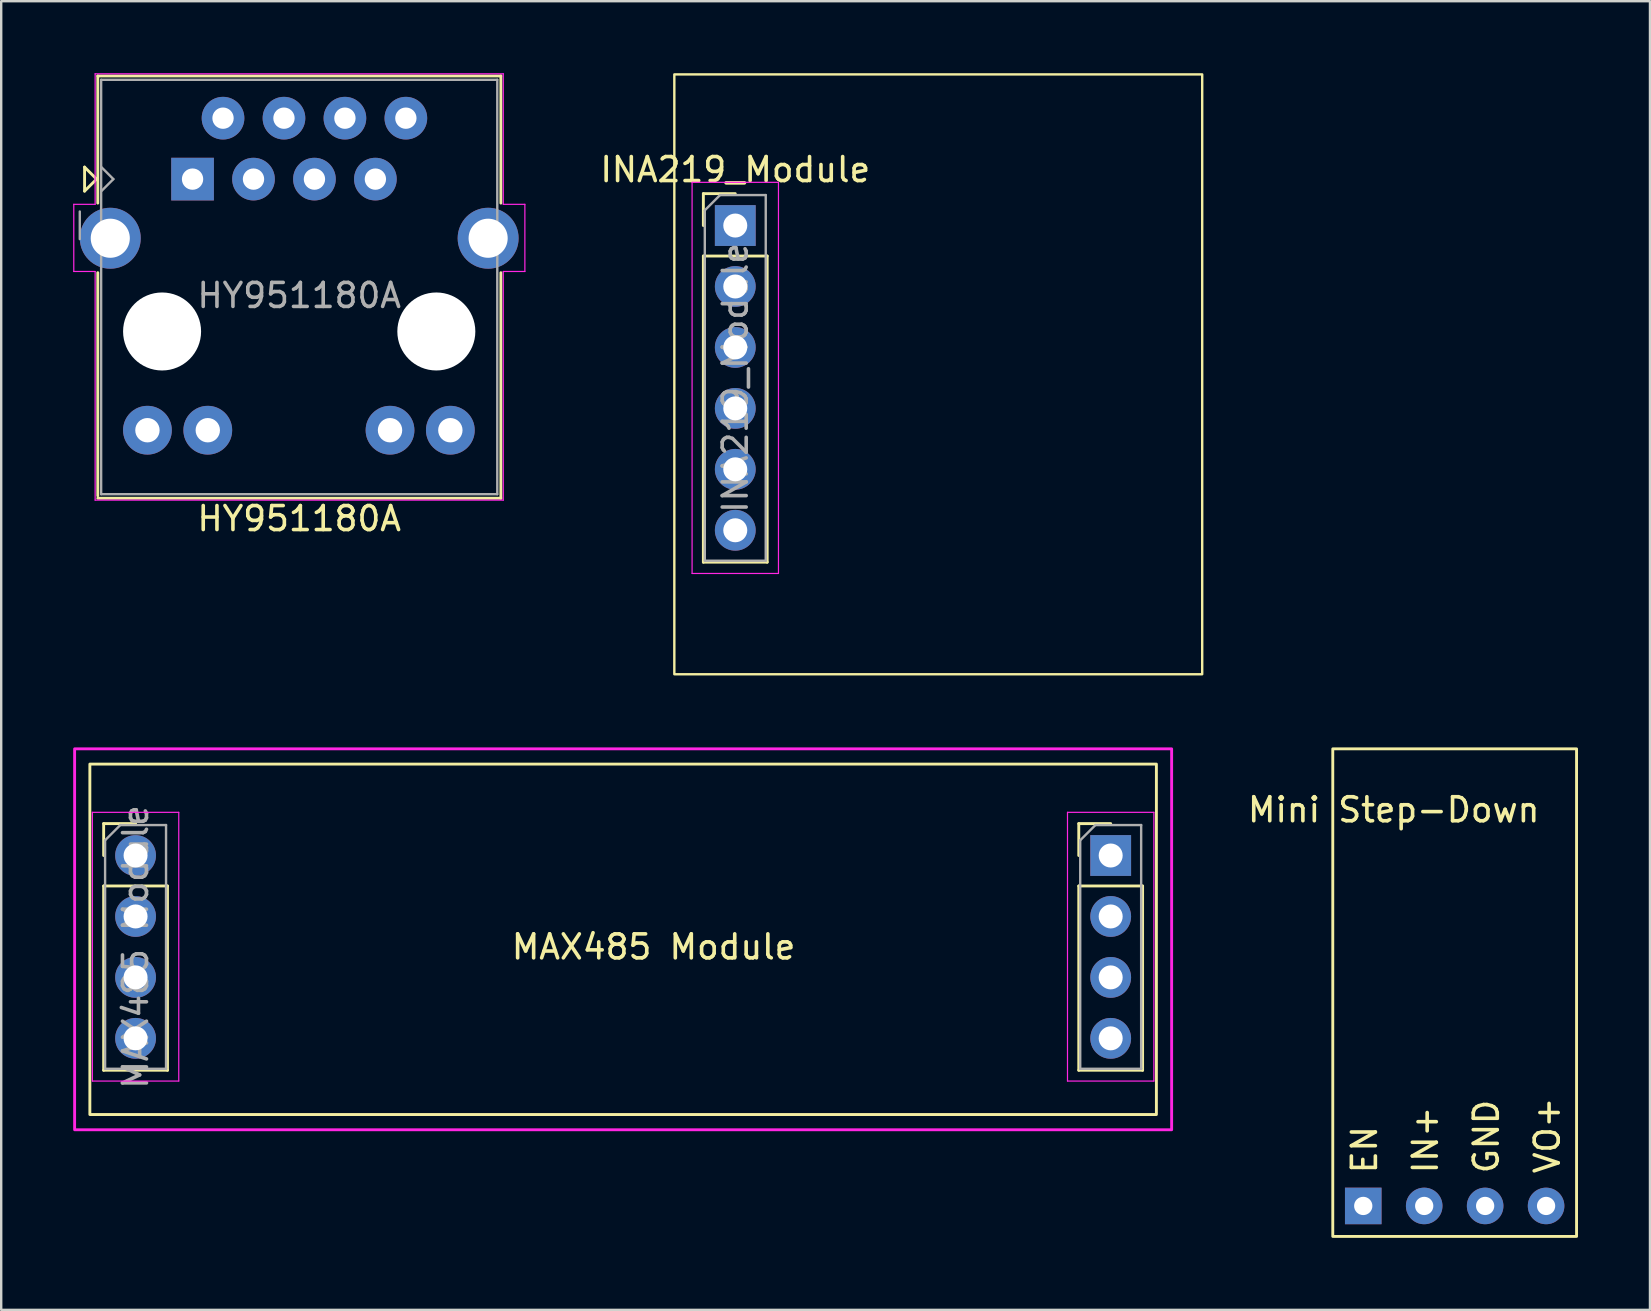
<source format=kicad_pcb>
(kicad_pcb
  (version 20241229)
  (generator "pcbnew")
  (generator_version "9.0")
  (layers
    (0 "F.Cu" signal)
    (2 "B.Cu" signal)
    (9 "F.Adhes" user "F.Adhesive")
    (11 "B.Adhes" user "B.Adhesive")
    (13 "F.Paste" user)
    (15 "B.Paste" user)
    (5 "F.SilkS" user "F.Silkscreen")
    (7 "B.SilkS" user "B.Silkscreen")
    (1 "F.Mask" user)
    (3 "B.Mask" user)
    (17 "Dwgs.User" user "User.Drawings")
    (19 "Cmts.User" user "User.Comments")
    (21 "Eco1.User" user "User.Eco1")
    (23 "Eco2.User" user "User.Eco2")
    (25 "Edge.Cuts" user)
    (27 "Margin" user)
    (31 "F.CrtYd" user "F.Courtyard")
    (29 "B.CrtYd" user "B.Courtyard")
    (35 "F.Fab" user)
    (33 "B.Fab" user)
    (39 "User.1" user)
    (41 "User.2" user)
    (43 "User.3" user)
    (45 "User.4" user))
  (footprint "INA219_Module"
    (layer "F.Cu")
    (at 27.594 6.35)
    (property "Reference" "INA219_Module" (at 0 -2.33 0) (layer "F.SilkS") (effects (font (size 1 1) (thickness 0.15))))
    (attr through_hole)
    (fp_line (start -1.33 -1.33) (end 0 -1.33) (stroke (width 0.12) (type solid)) (layer "F.SilkS"))
    (fp_line (start -1.33 0) (end -1.33 -1.33) (stroke (width 0.12) (type solid)) (layer "F.SilkS"))
    (fp_line (start -1.33 1.27) (end -1.33 14.03) (stroke (width 0.12) (type solid)) (layer "F.SilkS"))
    (fp_line (start -1.33 1.27) (end 1.33 1.27) (stroke (width 0.12) (type solid)) (layer "F.SilkS"))
    (fp_line (start -1.33 14.03) (end 1.33 14.03) (stroke (width 0.12) (type solid)) (layer "F.SilkS"))
    (fp_line (start 1.33 1.27) (end 1.33 14.03) (stroke (width 0.12) (type solid)) (layer "F.SilkS"))
    (fp_rect (start -2.54 -6.3) (end 19.46 18.7) (stroke (width 0.1) (type default)) (fill no) (layer "F.SilkS"))
    (fp_line (start -1.8 -1.8) (end -1.8 14.5) (stroke (width 0.05) (type solid)) (layer "F.CrtYd"))
    (fp_line (start -1.8 14.5) (end 1.8 14.5) (stroke (width 0.05) (type solid)) (layer "F.CrtYd"))
    (fp_line (start 1.8 -1.8) (end -1.8 -1.8) (stroke (width 0.05) (type solid)) (layer "F.CrtYd"))
    (fp_line (start 1.8 14.5) (end 1.8 -1.8) (stroke (width 0.05) (type solid)) (layer "F.CrtYd"))
    (fp_line (start -1.27 -0.635) (end -0.635 -1.27) (stroke (width 0.1) (type solid)) (layer "F.Fab"))
    (fp_line (start -1.27 13.97) (end -1.27 -0.635) (stroke (width 0.1) (type solid)) (layer "F.Fab"))
    (fp_line (start -0.635 -1.27) (end 1.27 -1.27) (stroke (width 0.1) (type solid)) (layer "F.Fab"))
    (fp_line (start 1.27 -1.27) (end 1.27 13.97) (stroke (width 0.1) (type solid)) (layer "F.Fab"))
    (fp_line (start 1.27 13.97) (end -1.27 13.97) (stroke (width 0.1) (type solid)) (layer "F.Fab"))
    (fp_text user "${REFERENCE}" (at 0 6.35 90) (layer "F.Fab") (effects (font (size 1 1) (thickness 0.15))))
    (pad "1" thru_hole rect (at 0 0) (size 1.7 1.7) (drill 1) (layers "*.Cu" "*.Mask"))
    (pad "2" thru_hole oval (at 0 2.54) (size 1.7 1.7) (drill 1) (layers "*.Cu" "*.Mask"))
    (pad "3" thru_hole oval (at 0 5.08) (size 1.7 1.7) (drill 1) (layers "*.Cu" "*.Mask"))
    (pad "4" thru_hole oval (at 0 7.62) (size 1.7 1.7) (drill 1) (layers "*.Cu" "*.Mask"))
    (pad "5" thru_hole oval (at 0 10.16) (size 1.7 1.7) (drill 1) (layers "*.Cu" "*.Mask"))
    (pad "6" thru_hole oval (at 0 12.7) (size 1.7 1.7) (drill 1) (layers "*.Cu" "*.Mask")))
  (footprint "HY951180A"
    (layer "F.Cu")
    (at 4.975 4.415)
    (property "Reference" "HY951180A" (at 4.445 14.15 0) (layer "F.SilkS") (effects (font (size 1 1) (thickness 0.15))))
    (attr through_hole)
    (fp_line (start -4.5 -0.5) (end -4.5 0.5) (stroke (width 0.12) (type solid)) (layer "F.SilkS"))
    (fp_line (start -4.5 0.5) (end -4 0) (stroke (width 0.12) (type solid)) (layer "F.SilkS"))
    (fp_line (start -4 0) (end -4.5 -0.5) (stroke (width 0.12) (type solid)) (layer "F.SilkS"))
    (fp_line (start -3.95 -4.3) (end -3.95 1) (stroke (width 0.12) (type solid)) (layer "F.SilkS"))
    (fp_line (start -3.95 -4.3) (end 12.85 -4.3) (stroke (width 0.12) (type solid)) (layer "F.SilkS"))
    (fp_line (start -3.95 13.2) (end -3.95 3.9) (stroke (width 0.12) (type solid)) (layer "F.SilkS"))
    (fp_line (start -3.95 13.3) (end 12.85 13.3) (stroke (width 0.12) (type solid)) (layer "F.SilkS"))
    (fp_line (start 12.85 -4.3) (end 12.85 1) (stroke (width 0.12) (type solid)) (layer "F.SilkS"))
    (fp_line (start 12.85 13.3) (end 12.85 3.9) (stroke (width 0.12) (type solid)) (layer "F.SilkS"))
    (fp_line (start -4.95 3.85) (end -4.95 1.05) (stroke (width 0.05) (type solid)) (layer "F.CrtYd"))
    (fp_line (start -4.06 -4.39) (end 12.95 -4.39) (stroke (width 0.05) (type solid)) (layer "F.CrtYd"))
    (fp_line (start -4.06 1.05) (end -4.95 1.05) (stroke (width 0.05) (type solid)) (layer "F.CrtYd"))
    (fp_line (start -4.06 1.05) (end -4.06 -4.39) (stroke (width 0.05) (type solid)) (layer "F.CrtYd"))
    (fp_line (start -4.06 3.85) (end -4.95 3.85) (stroke (width 0.05) (type solid)) (layer "F.CrtYd"))
    (fp_line (start -4.06 13.38) (end -4.06 3.85) (stroke (width 0.05) (type solid)) (layer "F.CrtYd"))
    (fp_line (start 12.95 1.05) (end 12.95 -4.39) (stroke (width 0.05) (type solid)) (layer "F.CrtYd"))
    (fp_line (start 12.95 1.05) (end 13.85 1.05) (stroke (width 0.05) (type solid)) (layer "F.CrtYd"))
    (fp_line (start 12.95 3.85) (end 12.95 13.38) (stroke (width 0.05) (type solid)) (layer "F.CrtYd"))
    (fp_line (start 12.95 3.85) (end 13.85 3.85) (stroke (width 0.05) (type solid)) (layer "F.CrtYd"))
    (fp_line (start 12.95 13.38) (end -4.06 13.38) (stroke (width 0.05) (type solid)) (layer "F.CrtYd"))
    (fp_line (start 13.85 3.85) (end 13.85 1.05) (stroke (width 0.05) (type solid)) (layer "F.CrtYd"))
    (fp_line (start -4.7 2.5) (end -4.7 1.35) (stroke (width 0.1) (type solid)) (layer "F.Fab"))
    (fp_line (start -3.81 -4.14) (end -3.81 13.132) (stroke (width 0.1) (type solid)) (layer "F.Fab"))
    (fp_line (start -3.81 -4.14) (end 12.7 -4.14) (stroke (width 0.1) (type solid)) (layer "F.Fab"))
    (fp_line (start -3.81 13.132) (end 12.7 13.132) (stroke (width 0.1) (type solid)) (layer "F.Fab"))
    (fp_line (start -3.8 -0.5) (end -3.3 0) (stroke (width 0.1) (type solid)) (layer "F.Fab"))
    (fp_line (start -3.8 0.5) (end -3.3 0) (stroke (width 0.1) (type solid)) (layer "F.Fab"))
    (fp_line (start 12.7 -4.14) (end 12.7 13.132) (stroke (width 0.1) (type solid)) (layer "F.Fab"))
    (fp_text user "${REFERENCE}" (at 4.445 4.85 0) (layer "F.Fab") (effects (font (size 1 1) (thickness 0.15))))
    (pad "" np_thru_hole circle (at -1.27 6.35) (size 3.251 3.251) (drill 3.251) (layers "*.Cu" "*.Mask"))
    (pad "" np_thru_hole circle (at 10.16 6.35) (size 3.251 3.251) (drill 3.251) (layers "*.Cu" "*.Mask"))
    (pad "1" thru_hole rect (at 0 0) (size 1.778 1.778) (drill 0.889) (layers "*.Cu" "*.Mask"))
    (pad "2" thru_hole circle (at 1.27 -2.54) (size 1.778 1.778) (drill 0.889) (layers "*.Cu" "*.Mask"))
    (pad "3" thru_hole circle (at 2.54 0) (size 1.778 1.778) (drill 0.889) (layers "*.Cu" "*.Mask"))
    (pad "4" thru_hole circle (at 3.81 -2.54) (size 1.778 1.778) (drill 0.889) (layers "*.Cu" "*.Mask"))
    (pad "5" thru_hole circle (at 5.08 0) (size 1.778 1.778) (drill 0.889) (layers "*.Cu" "*.Mask"))
    (pad "6" thru_hole circle (at 6.35 -2.54) (size 1.778 1.778) (drill 0.889) (layers "*.Cu" "*.Mask"))
    (pad "7" thru_hole circle (at 7.62 0) (size 1.778 1.778) (drill 0.889) (layers "*.Cu" "*.Mask"))
    (pad "8" thru_hole circle (at 8.89 -2.54) (size 1.778 1.778) (drill 0.889) (layers "*.Cu" "*.Mask"))
    (pad "9" thru_hole circle (at 10.744 10.465) (size 2.032 2.032) (drill 1.016) (layers "*.Cu" "*.Mask"))
    (pad "10" thru_hole circle (at 8.23 10.465) (size 2.032 2.032) (drill 1.016) (layers "*.Cu" "*.Mask"))
    (pad "11" thru_hole circle (at 0.635 10.465) (size 2.032 2.032) (drill 1.016) (layers "*.Cu" "*.Mask"))
    (pad "12" thru_hole circle (at -1.88 10.465) (size 2.032 2.032) (drill 1.016) (layers "*.Cu" "*.Mask"))
    (pad "SH" thru_hole circle (at -3.429 2.464) (size 2.54 2.54) (drill 1.63) (layers "*.Cu" "*.Mask"))
    (pad "SH" thru_hole circle (at 12.319 2.464) (size 2.54 2.54) (drill 1.63) (layers "*.Cu" "*.Mask")))
  (footprint "Mini Step-Down"
    (layer "F.Cu")
    (at 57.576 39.59)
    (property "Reference" "Mini Step-Down" (at -2.54 -8.89 0) (unlocked yes) (layer "F.SilkS") (effects (font (size 1 1) (thickness 0.15))))
    (attr through_hole)
    (fp_rect (start -5.08 8.89) (end 5.08 -11.43) (stroke (width 0.12) (type solid)) (fill no) (layer "F.SilkS"))
    (fp_text user "GND" (at 1.905 6.35 90) (unlocked yes) (layer "F.SilkS") (effects (font (size 1 1) (thickness 0.15)) (justify left bottom)))
    (fp_text user "IN+" (at -0.635 6.35 90) (unlocked yes) (layer "F.SilkS") (effects (font (size 1 1) (thickness 0.15)) (justify left bottom)))
    (fp_text user "VO+" (at 4.445 6.35 90) (unlocked yes) (layer "F.SilkS") (effects (font (size 1 1) (thickness 0.15)) (justify left bottom)))
    (fp_text user "EN" (at -3.175 6.35 90) (unlocked yes) (layer "F.SilkS") (effects (font (size 1 1) (thickness 0.15)) (justify left bottom)))
    (pad "1" thru_hole rect (at -3.81 7.62) (size 1.524 1.524) (drill 0.762) (layers "*.Cu" "*.Mask"))
    (pad "2" thru_hole circle (at -1.27 7.62) (size 1.524 1.524) (drill 0.762) (layers "*.Cu" "*.Mask"))
    (pad "3" thru_hole circle (at 1.27 7.62) (size 1.524 1.524) (drill 0.762) (layers "*.Cu" "*.Mask"))
    (pad "4" thru_hole circle (at 3.81 7.62) (size 1.524 1.524) (drill 0.762) (layers "*.Cu" "*.Mask")))
  (footprint "MAX485 Module"
    (layer "F.Cu")
    (at 2.6 32.605)
    (property "Reference" "MAX485 Module" (at 21.59 3.81 0) (layer "F.SilkS") (effects (font (size 1 1) (thickness 0.15))))
    (attr through_hole)
    (fp_line (start -1.33 -1.33) (end 0 -1.33) (stroke (width 0.12) (type solid)) (layer "F.SilkS"))
    (fp_line (start -1.33 0) (end -1.33 -1.33) (stroke (width 0.12) (type solid)) (layer "F.SilkS"))
    (fp_line (start -1.33 1.27) (end -1.33 8.95) (stroke (width 0.12) (type solid)) (layer "F.SilkS"))
    (fp_line (start -1.33 1.27) (end 1.33 1.27) (stroke (width 0.12) (type solid)) (layer "F.SilkS"))
    (fp_line (start -1.33 8.95) (end 1.33 8.95) (stroke (width 0.12) (type solid)) (layer "F.SilkS"))
    (fp_line (start 1.33 1.27) (end 1.33 8.95) (stroke (width 0.12) (type solid)) (layer "F.SilkS"))
    (fp_line (start 39.31 -1.33) (end 40.64 -1.33) (stroke (width 0.12) (type solid)) (layer "F.SilkS"))
    (fp_line (start 39.31 0) (end 39.31 -1.33) (stroke (width 0.12) (type solid)) (layer "F.SilkS"))
    (fp_line (start 39.31 1.27) (end 39.31 8.95) (stroke (width 0.12) (type solid)) (layer "F.SilkS"))
    (fp_line (start 39.31 1.27) (end 41.97 1.27) (stroke (width 0.12) (type solid)) (layer "F.SilkS"))
    (fp_line (start 39.31 8.95) (end 41.97 8.95) (stroke (width 0.12) (type solid)) (layer "F.SilkS"))
    (fp_line (start 41.97 1.27) (end 41.97 8.95) (stroke (width 0.12) (type solid)) (layer "F.SilkS"))
    (fp_rect (start -1.905 -3.81) (end 42.545 10.795) (stroke (width 0.12) (type default)) (fill no) (layer "F.SilkS"))
    (fp_line (start -1.8 -1.8) (end -1.8 9.4) (stroke (width 0.05) (type solid)) (layer "F.CrtYd"))
    (fp_line (start -1.8 9.4) (end 1.8 9.4) (stroke (width 0.05) (type solid)) (layer "F.CrtYd"))
    (fp_line (start 1.8 -1.8) (end -1.8 -1.8) (stroke (width 0.05) (type solid)) (layer "F.CrtYd"))
    (fp_line (start 1.8 9.4) (end 1.8 -1.8) (stroke (width 0.05) (type solid)) (layer "F.CrtYd"))
    (fp_line (start 38.84 -1.8) (end 38.84 9.4) (stroke (width 0.05) (type solid)) (layer "F.CrtYd"))
    (fp_line (start 38.84 9.4) (end 42.44 9.4) (stroke (width 0.05) (type solid)) (layer "F.CrtYd"))
    (fp_line (start 42.44 -1.8) (end 38.84 -1.8) (stroke (width 0.05) (type solid)) (layer "F.CrtYd"))
    (fp_line (start 42.44 9.4) (end 42.44 -1.8) (stroke (width 0.05) (type solid)) (layer "F.CrtYd"))
    (fp_rect (start -2.54 -4.445) (end 43.18 11.43) (stroke (width 0.12) (type default)) (fill no) (layer "F.CrtYd"))
    (fp_line (start -1.27 -0.635) (end -0.635 -1.27) (stroke (width 0.1) (type solid)) (layer "F.Fab"))
    (fp_line (start -1.27 8.89) (end -1.27 -0.635) (stroke (width 0.1) (type solid)) (layer "F.Fab"))
    (fp_line (start -0.635 -1.27) (end 1.27 -1.27) (stroke (width 0.1) (type solid)) (layer "F.Fab"))
    (fp_line (start 1.27 -1.27) (end 1.27 8.89) (stroke (width 0.1) (type solid)) (layer "F.Fab"))
    (fp_line (start 1.27 8.89) (end -1.27 8.89) (stroke (width 0.1) (type solid)) (layer "F.Fab"))
    (fp_line (start 39.37 -0.635) (end 40.005 -1.27) (stroke (width 0.1) (type solid)) (layer "F.Fab"))
    (fp_line (start 39.37 8.89) (end 39.37 -0.635) (stroke (width 0.1) (type solid)) (layer "F.Fab"))
    (fp_line (start 40.005 -1.27) (end 41.91 -1.27) (stroke (width 0.1) (type solid)) (layer "F.Fab"))
    (fp_line (start 41.91 -1.27) (end 41.91 8.89) (stroke (width 0.1) (type solid)) (layer "F.Fab"))
    (fp_line (start 41.91 8.89) (end 39.37 8.89) (stroke (width 0.1) (type solid)) (layer "F.Fab"))
    (fp_text user "${REFERENCE}" (at 0 3.81 90) (layer "F.Fab") (effects (font (size 1 1) (thickness 0.15))))
    (pad "1" thru_hole rect (at 40.64 0) (size 1.7 1.7) (drill 1) (layers "*.Cu" "*.Mask"))
    (pad "2" thru_hole oval (at 40.64 2.54) (size 1.7 1.7) (drill 1) (layers "*.Cu" "*.Mask"))
    (pad "3" thru_hole oval (at 40.64 5.08) (size 1.7 1.7) (drill 1) (layers "*.Cu" "*.Mask"))
    (pad "4" thru_hole oval (at 40.64 7.62) (size 1.7 1.7) (drill 1) (layers "*.Cu" "*.Mask"))
    (pad "5" thru_hole circle (at 0 0) (size 1.7 1.7) (drill 1) (layers "*.Cu" "*.Mask"))
    (pad "6" thru_hole oval (at 0 2.54) (size 1.7 1.7) (drill 1) (layers "*.Cu" "*.Mask"))
    (pad "7" thru_hole oval (at 0 5.08) (size 1.7 1.7) (drill 1) (layers "*.Cu" "*.Mask"))
    (pad "8" thru_hole oval (at 0 7.62) (size 1.7 1.7) (drill 1) (layers "*.Cu" "*.Mask")))
  (gr_rect
    (start -3 -3)
    (end 65.716 51.54)
    (stroke (width 0.1) (type default))
    (fill no)
    (layer "Edge.Cuts")))
</source>
